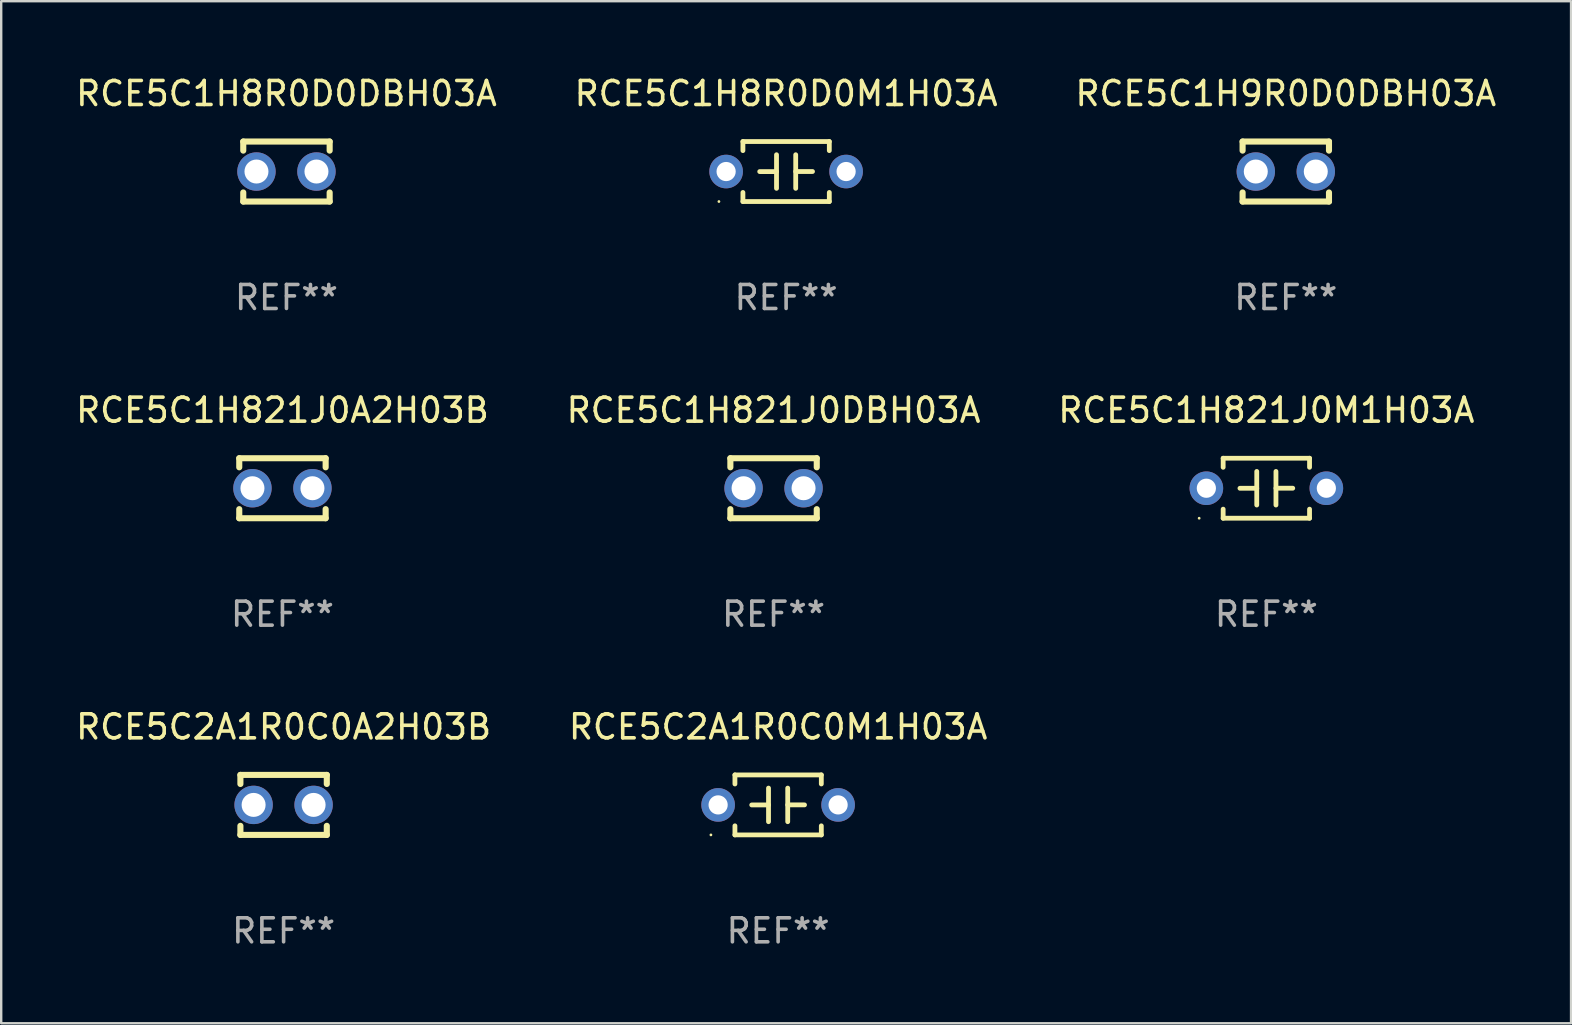
<source format=kicad_pcb>
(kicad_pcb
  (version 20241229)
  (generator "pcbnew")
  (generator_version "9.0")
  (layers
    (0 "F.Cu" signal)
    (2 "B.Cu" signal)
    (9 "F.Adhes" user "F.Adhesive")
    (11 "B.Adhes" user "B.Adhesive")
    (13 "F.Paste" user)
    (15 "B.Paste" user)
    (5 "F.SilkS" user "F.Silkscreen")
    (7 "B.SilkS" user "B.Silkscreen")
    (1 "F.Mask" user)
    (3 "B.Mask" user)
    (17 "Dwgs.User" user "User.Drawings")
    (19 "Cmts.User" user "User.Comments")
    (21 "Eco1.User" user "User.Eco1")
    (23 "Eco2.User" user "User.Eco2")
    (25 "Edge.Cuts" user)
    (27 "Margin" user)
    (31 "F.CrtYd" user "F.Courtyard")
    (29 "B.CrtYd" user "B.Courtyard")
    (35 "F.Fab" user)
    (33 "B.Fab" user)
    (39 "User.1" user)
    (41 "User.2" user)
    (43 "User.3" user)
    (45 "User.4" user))
  (footprint "RCE5C2A1R0C0M1H03A"
    (layer "F.Cu")
    (at 29.375 30.491)
    (property "Reference" "RCE5C2A1R0C0M1H03A" (at 0 -3.25 0) (layer "F.SilkS") (effects (font (size 1 1) (thickness 0.15))))
    (attr through_hole)
    (fp_line (start -1.8 -1.25) (end -1.8 -0.872) (stroke (width 0.2) (type solid)) (layer "F.SilkS"))
    (fp_line (start -1.8 -1.25) (end 1.8 -1.25) (stroke (width 0.2) (type solid)) (layer "F.SilkS"))
    (fp_line (start -1.8 0.872) (end -1.8 1.25) (stroke (width 0.2) (type solid)) (layer "F.SilkS"))
    (fp_line (start -1.8 1.25) (end 1.8 1.25) (stroke (width 0.2) (type solid)) (layer "F.SilkS"))
    (fp_line (start -0.4 -0.7) (end -0.4 0.7) (stroke (width 0.2) (type solid)) (layer "F.SilkS"))
    (fp_line (start -0.4 0.002) (end -1.1 0.002) (stroke (width 0.2) (type solid)) (layer "F.SilkS"))
    (fp_line (start 0.4 -0.001) (end 1.1 -0.001) (stroke (width 0.2) (type solid)) (layer "F.SilkS"))
    (fp_line (start 0.4 0.7) (end 0.4 -0.7) (stroke (width 0.2) (type solid)) (layer "F.SilkS"))
    (fp_line (start 1.8 -1.25) (end 1.8 -0.872) (stroke (width 0.2) (type solid)) (layer "F.SilkS"))
    (fp_line (start 1.8 0.872) (end 1.8 1.25) (stroke (width 0.2) (type solid)) (layer "F.SilkS"))
    (fp_circle (center -2.8 1.25) (end -2.77 1.25) (stroke (width 0.06) (type solid)) (fill no) (layer "F.SilkS"))
    (fp_text user "REF**" (at 0 5.25 0) (layer "F.Fab") (effects (font (size 1 1) (thickness 0.15))))
    (pad "1" thru_hole circle (at -2.5 0) (size 1.4 1.4) (drill 0.8) (layers "*.Cu" "*.Mask"))
    (pad "2" thru_hole circle (at 2.5 0) (size 1.4 1.4) (drill 0.8) (layers "*.Cu" "*.Mask")))
  (footprint "RCE5C1H9R0D0DBH03A"
    (layer "F.Cu")
    (at 50.53 4.098)
    (property "Reference" "RCE5C1H9R0D0DBH03A" (at 0 -3.25 0) (layer "F.SilkS") (effects (font (size 1 1) (thickness 0.15))))
    (attr through_hole)
    (fp_line (start -1.8 -1.25) (end -1.8 -0.872) (stroke (width 0.254) (type solid)) (layer "F.SilkS"))
    (fp_line (start -1.8 -1.25) (end 1.8 -1.25) (stroke (width 0.254) (type solid)) (layer "F.SilkS"))
    (fp_line (start -1.8 0.872) (end -1.8 1.25) (stroke (width 0.254) (type solid)) (layer "F.SilkS"))
    (fp_line (start -1.8 1.25) (end 1.8 1.25) (stroke (width 0.254) (type solid)) (layer "F.SilkS"))
    (fp_line (start 1.8 -1.25) (end 1.8 -0.872) (stroke (width 0.254) (type solid)) (layer "F.SilkS"))
    (fp_line (start 1.8 0.872) (end 1.8 1.25) (stroke (width 0.254) (type solid)) (layer "F.SilkS"))
    (fp_circle (center -1.8 1.25) (end -1.77 1.25) (stroke (width 0.06) (type solid)) (fill no) (layer "F.SilkS"))
    (fp_text user "REF**" (at 0 5.25 0) (layer "F.Fab") (effects (font (size 1 1) (thickness 0.15))))
    (pad "1" thru_hole circle (at -1.25 0) (size 1.6 1.6) (drill 1) (layers "*.Cu" "*.Mask"))
    (pad "2" thru_hole circle (at 1.25 0) (size 1.6 1.6) (drill 1) (layers "*.Cu" "*.Mask")))
  (footprint "RCE5C2A1R0C0A2H03B"
    (layer "F.Cu")
    (at 8.768 30.491)
    (property "Reference" "RCE5C2A1R0C0A2H03B" (at 0 -3.25 0) (layer "F.SilkS") (effects (font (size 1 1) (thickness 0.15))))
    (attr through_hole)
    (fp_line (start -1.8 -1.25) (end -1.8 -0.872) (stroke (width 0.254) (type solid)) (layer "F.SilkS"))
    (fp_line (start -1.8 -1.25) (end 1.8 -1.25) (stroke (width 0.254) (type solid)) (layer "F.SilkS"))
    (fp_line (start -1.8 0.872) (end -1.8 1.25) (stroke (width 0.254) (type solid)) (layer "F.SilkS"))
    (fp_line (start -1.8 1.25) (end 1.8 1.25) (stroke (width 0.254) (type solid)) (layer "F.SilkS"))
    (fp_line (start 1.8 -1.25) (end 1.8 -0.872) (stroke (width 0.254) (type solid)) (layer "F.SilkS"))
    (fp_line (start 1.8 0.872) (end 1.8 1.25) (stroke (width 0.254) (type solid)) (layer "F.SilkS"))
    (fp_circle (center -1.8 1.25) (end -1.77 1.25) (stroke (width 0.06) (type solid)) (fill no) (layer "F.SilkS"))
    (fp_text user "REF**" (at 0 5.25 0) (layer "F.Fab") (effects (font (size 1 1) (thickness 0.15))))
    (pad "1" thru_hole circle (at -1.25 0) (size 1.6 1.6) (drill 1) (layers "*.Cu" "*.Mask"))
    (pad "2" thru_hole circle (at 1.25 0) (size 1.6 1.6) (drill 1) (layers "*.Cu" "*.Mask")))
  (footprint "RCE5C1H8R0D0M1H03A"
    (layer "F.Cu")
    (at 29.708 4.098)
    (property "Reference" "RCE5C1H8R0D0M1H03A" (at 0 -3.25 0) (layer "F.SilkS") (effects (font (size 1 1) (thickness 0.15))))
    (attr through_hole)
    (fp_line (start -1.8 -1.25) (end -1.8 -0.872) (stroke (width 0.2) (type solid)) (layer "F.SilkS"))
    (fp_line (start -1.8 -1.25) (end 1.8 -1.25) (stroke (width 0.2) (type solid)) (layer "F.SilkS"))
    (fp_line (start -1.8 0.872) (end -1.8 1.25) (stroke (width 0.2) (type solid)) (layer "F.SilkS"))
    (fp_line (start -1.8 1.25) (end 1.8 1.25) (stroke (width 0.2) (type solid)) (layer "F.SilkS"))
    (fp_line (start -0.4 -0.7) (end -0.4 0.7) (stroke (width 0.2) (type solid)) (layer "F.SilkS"))
    (fp_line (start -0.4 0.002) (end -1.1 0.002) (stroke (width 0.2) (type solid)) (layer "F.SilkS"))
    (fp_line (start 0.4 -0.001) (end 1.1 -0.001) (stroke (width 0.2) (type solid)) (layer "F.SilkS"))
    (fp_line (start 0.4 0.7) (end 0.4 -0.7) (stroke (width 0.2) (type solid)) (layer "F.SilkS"))
    (fp_line (start 1.8 -1.25) (end 1.8 -0.872) (stroke (width 0.2) (type solid)) (layer "F.SilkS"))
    (fp_line (start 1.8 0.872) (end 1.8 1.25) (stroke (width 0.2) (type solid)) (layer "F.SilkS"))
    (fp_circle (center -2.8 1.25) (end -2.77 1.25) (stroke (width 0.06) (type solid)) (fill no) (layer "F.SilkS"))
    (fp_text user "REF**" (at 0 5.25 0) (layer "F.Fab") (effects (font (size 1 1) (thickness 0.15))))
    (pad "1" thru_hole circle (at -2.5 0) (size 1.4 1.4) (drill 0.8) (layers "*.Cu" "*.Mask"))
    (pad "2" thru_hole circle (at 2.5 0) (size 1.4 1.4) (drill 0.8) (layers "*.Cu" "*.Mask")))
  (footprint "RCE5C1H821J0A2H03B"
    (layer "F.Cu")
    (at 8.72 17.295)
    (property "Reference" "RCE5C1H821J0A2H03B" (at 0 -3.25 0) (layer "F.SilkS") (effects (font (size 1 1) (thickness 0.15))))
    (attr through_hole)
    (fp_line (start -1.8 -1.25) (end -1.8 -0.872) (stroke (width 0.254) (type solid)) (layer "F.SilkS"))
    (fp_line (start -1.8 -1.25) (end 1.8 -1.25) (stroke (width 0.254) (type solid)) (layer "F.SilkS"))
    (fp_line (start -1.8 0.872) (end -1.8 1.25) (stroke (width 0.254) (type solid)) (layer "F.SilkS"))
    (fp_line (start -1.8 1.25) (end 1.8 1.25) (stroke (width 0.254) (type solid)) (layer "F.SilkS"))
    (fp_line (start 1.8 -1.25) (end 1.8 -0.872) (stroke (width 0.254) (type solid)) (layer "F.SilkS"))
    (fp_line (start 1.8 0.872) (end 1.8 1.25) (stroke (width 0.254) (type solid)) (layer "F.SilkS"))
    (fp_circle (center -1.8 1.25) (end -1.77 1.25) (stroke (width 0.06) (type solid)) (fill no) (layer "F.SilkS"))
    (fp_text user "REF**" (at 0 5.25 0) (layer "F.Fab") (effects (font (size 1 1) (thickness 0.15))))
    (pad "1" thru_hole circle (at -1.25 0) (size 1.6 1.6) (drill 1) (layers "*.Cu" "*.Mask"))
    (pad "2" thru_hole circle (at 1.25 0) (size 1.6 1.6) (drill 1) (layers "*.Cu" "*.Mask")))
  (footprint "RCE5C1H821J0M1H03A"
    (layer "F.Cu")
    (at 49.72 17.295)
    (property "Reference" "RCE5C1H821J0M1H03A" (at 0 -3.25 0) (layer "F.SilkS") (effects (font (size 1 1) (thickness 0.15))))
    (attr through_hole)
    (fp_line (start -1.8 -1.25) (end -1.8 -0.872) (stroke (width 0.2) (type solid)) (layer "F.SilkS"))
    (fp_line (start -1.8 -1.25) (end 1.8 -1.25) (stroke (width 0.2) (type solid)) (layer "F.SilkS"))
    (fp_line (start -1.8 0.872) (end -1.8 1.25) (stroke (width 0.2) (type solid)) (layer "F.SilkS"))
    (fp_line (start -1.8 1.25) (end 1.8 1.25) (stroke (width 0.2) (type solid)) (layer "F.SilkS"))
    (fp_line (start -0.4 -0.7) (end -0.4 0.7) (stroke (width 0.2) (type solid)) (layer "F.SilkS"))
    (fp_line (start -0.4 0.002) (end -1.1 0.002) (stroke (width 0.2) (type solid)) (layer "F.SilkS"))
    (fp_line (start 0.4 -0.001) (end 1.1 -0.001) (stroke (width 0.2) (type solid)) (layer "F.SilkS"))
    (fp_line (start 0.4 0.7) (end 0.4 -0.7) (stroke (width 0.2) (type solid)) (layer "F.SilkS"))
    (fp_line (start 1.8 -1.25) (end 1.8 -0.872) (stroke (width 0.2) (type solid)) (layer "F.SilkS"))
    (fp_line (start 1.8 0.872) (end 1.8 1.25) (stroke (width 0.2) (type solid)) (layer "F.SilkS"))
    (fp_circle (center -2.8 1.25) (end -2.77 1.25) (stroke (width 0.06) (type solid)) (fill no) (layer "F.SilkS"))
    (fp_text user "REF**" (at 0 5.25 0) (layer "F.Fab") (effects (font (size 1 1) (thickness 0.15))))
    (pad "1" thru_hole circle (at -2.5 0) (size 1.4 1.4) (drill 0.8) (layers "*.Cu" "*.Mask"))
    (pad "2" thru_hole circle (at 2.5 0) (size 1.4 1.4) (drill 0.8) (layers "*.Cu" "*.Mask")))
  (footprint "RCE5C1H821J0DBH03A"
    (layer "F.Cu")
    (at 29.185 17.295)
    (property "Reference" "RCE5C1H821J0DBH03A" (at 0 -3.25 0) (layer "F.SilkS") (effects (font (size 1 1) (thickness 0.15))))
    (attr through_hole)
    (fp_line (start -1.8 -1.25) (end -1.8 -0.872) (stroke (width 0.254) (type solid)) (layer "F.SilkS"))
    (fp_line (start -1.8 -1.25) (end 1.8 -1.25) (stroke (width 0.254) (type solid)) (layer "F.SilkS"))
    (fp_line (start -1.8 0.872) (end -1.8 1.25) (stroke (width 0.254) (type solid)) (layer "F.SilkS"))
    (fp_line (start -1.8 1.25) (end 1.8 1.25) (stroke (width 0.254) (type solid)) (layer "F.SilkS"))
    (fp_line (start 1.8 -1.25) (end 1.8 -0.872) (stroke (width 0.254) (type solid)) (layer "F.SilkS"))
    (fp_line (start 1.8 0.872) (end 1.8 1.25) (stroke (width 0.254) (type solid)) (layer "F.SilkS"))
    (fp_circle (center -1.8 1.25) (end -1.77 1.25) (stroke (width 0.06) (type solid)) (fill no) (layer "F.SilkS"))
    (fp_text user "REF**" (at 0 5.25 0) (layer "F.Fab") (effects (font (size 1 1) (thickness 0.15))))
    (pad "1" thru_hole circle (at -1.25 0) (size 1.6 1.6) (drill 1) (layers "*.Cu" "*.Mask"))
    (pad "2" thru_hole circle (at 1.25 0) (size 1.6 1.6) (drill 1) (layers "*.Cu" "*.Mask")))
  (footprint "RCE5C1H8R0D0DBH03A"
    (layer "F.Cu")
    (at 8.887 4.098)
    (property "Reference" "RCE5C1H8R0D0DBH03A" (at 0 -3.25 0) (layer "F.SilkS") (effects (font (size 1 1) (thickness 0.15))))
    (attr through_hole)
    (fp_line (start -1.8 -1.25) (end -1.8 -0.872) (stroke (width 0.254) (type solid)) (layer "F.SilkS"))
    (fp_line (start -1.8 -1.25) (end 1.8 -1.25) (stroke (width 0.254) (type solid)) (layer "F.SilkS"))
    (fp_line (start -1.8 0.872) (end -1.8 1.25) (stroke (width 0.254) (type solid)) (layer "F.SilkS"))
    (fp_line (start -1.8 1.25) (end 1.8 1.25) (stroke (width 0.254) (type solid)) (layer "F.SilkS"))
    (fp_line (start 1.8 -1.25) (end 1.8 -0.872) (stroke (width 0.254) (type solid)) (layer "F.SilkS"))
    (fp_line (start 1.8 0.872) (end 1.8 1.25) (stroke (width 0.254) (type solid)) (layer "F.SilkS"))
    (fp_circle (center -1.8 1.25) (end -1.77 1.25) (stroke (width 0.06) (type solid)) (fill no) (layer "F.SilkS"))
    (fp_text user "REF**" (at 0 5.25 0) (layer "F.Fab") (effects (font (size 1 1) (thickness 0.15))))
    (pad "1" thru_hole circle (at -1.25 0) (size 1.6 1.6) (drill 1) (layers "*.Cu" "*.Mask"))
    (pad "2" thru_hole circle (at 1.25 0) (size 1.6 1.6) (drill 1) (layers "*.Cu" "*.Mask")))
  (gr_rect
    (start -3 -3)
    (end 62.417 39.59)
    (stroke (width 0.1) (type default))
    (fill no)
    (layer "Edge.Cuts")))
</source>
